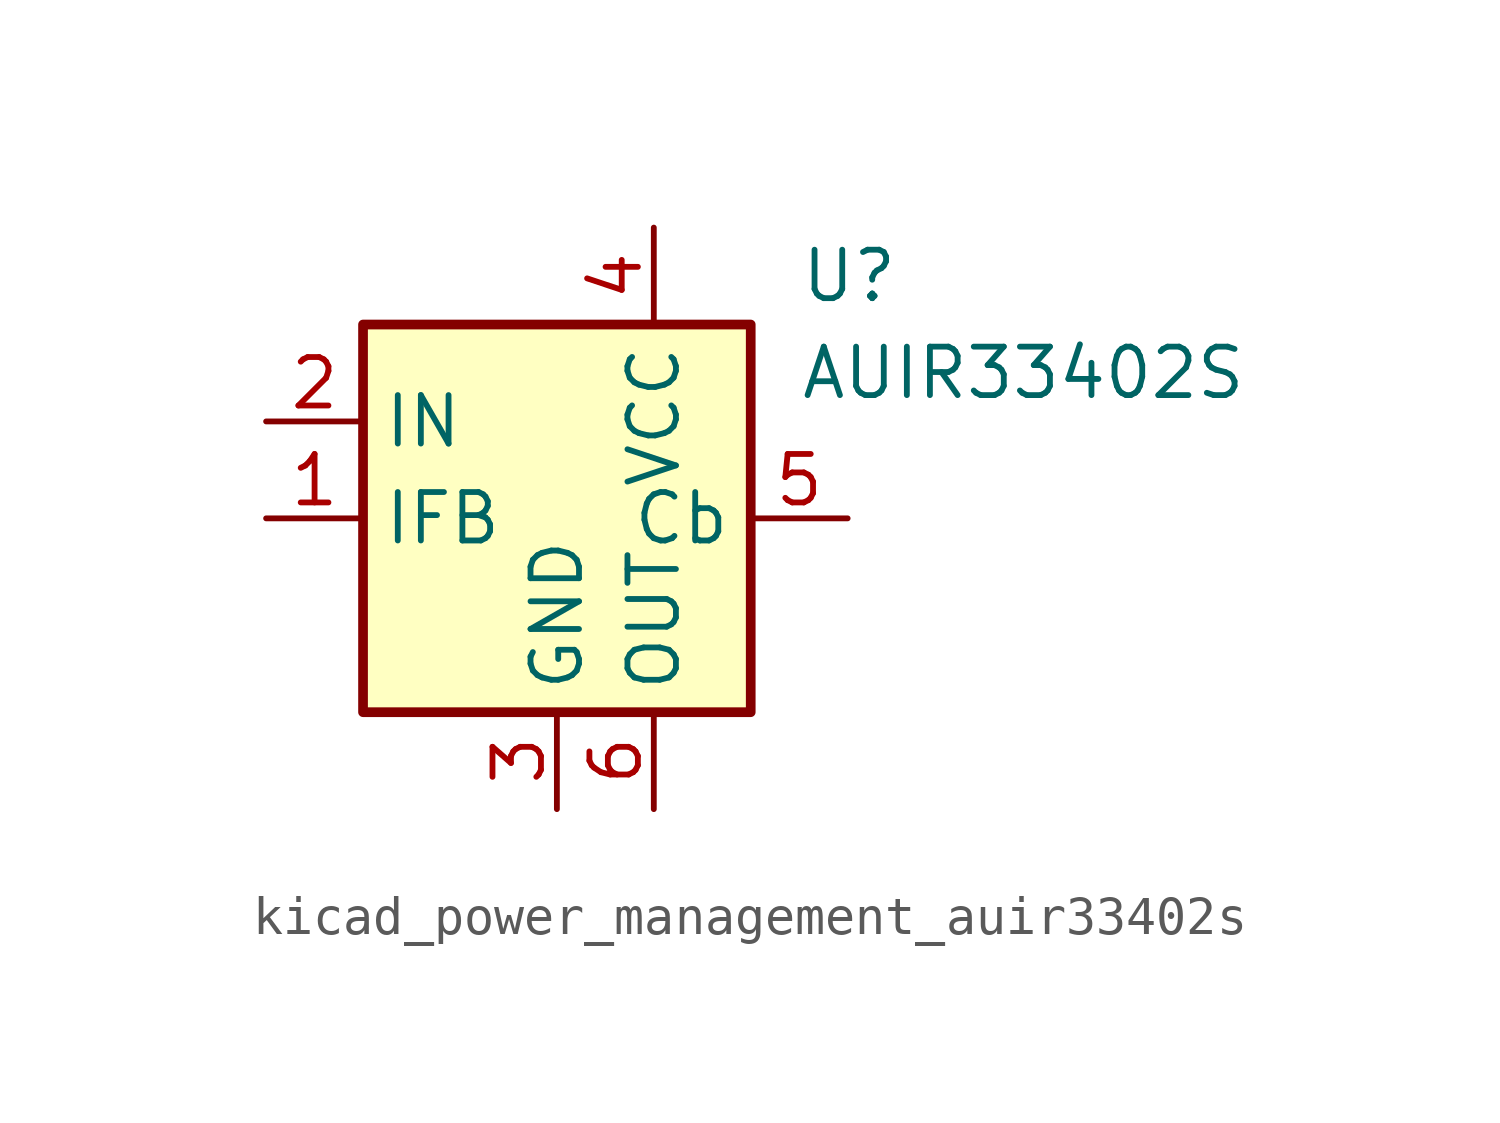
<source format=kicad_sym>
(kicad_symbol_lib
  (version 20220914)
  (generator kicad_symbol_editor)
  (symbol "kicad_power_management_auir33402s"
    (property "Reference" "U"
      (at 3.81 6.35 0)
      (effects (font (size 1.27 1.27)) (justify left)))
    (property "Value" "AUIR33402S"
      (at 3.81 3.81 0)
      (effects (font (size 1.27 1.27)) (justify left)))
    (symbol "kicad_power_management_auir33402s_0_1"
      (rectangle (start -7.62 5.08) (end 2.54 -5.08) (stroke (width 0.254) (type default)) (fill (type background))))
    (symbol "kicad_power_management_auir33402s_1_1"
      (pin output line (at -10.16 0 0) (length 2.54) (name "IFB" (effects (font (size 1.27 1.27)))) (number "1" (effects (font (size 1.27 1.27)))))
      (pin input line (at -10.16 2.54 0) (length 2.54) (name "IN" (effects (font (size 1.27 1.27)))) (number "2" (effects (font (size 1.27 1.27)))))
      (pin power_in line (at -2.54 -7.62 90) (length 2.54) (name "GND" (effects (font (size 1.27 1.27)))) (number "3" (effects (font (size 1.27 1.27)))))
      (pin power_in line (at 0 7.62 270) (length 2.54) (name "VCC" (effects (font (size 1.27 1.27)))) (number "4" (effects (font (size 1.27 1.27)))))
      (pin passive line (at 5.08 0 180) (length 2.54) (name "Cb" (effects (font (size 1.27 1.27)))) (number "5" (effects (font (size 1.27 1.27)))))
      (pin power_out line (at 0 -7.62 90) (length 2.54) (name "OUT" (effects (font (size 1.27 1.27)))) (number "6" (effects (font (size 1.27 1.27)))))
      (pin passive line (at 0 -7.62 90) (length 2.54) hide (name "OUT" (effects (font (size 1.27 1.27)))) (number "7" (effects (font (size 1.27 1.27))))))))
</source>
